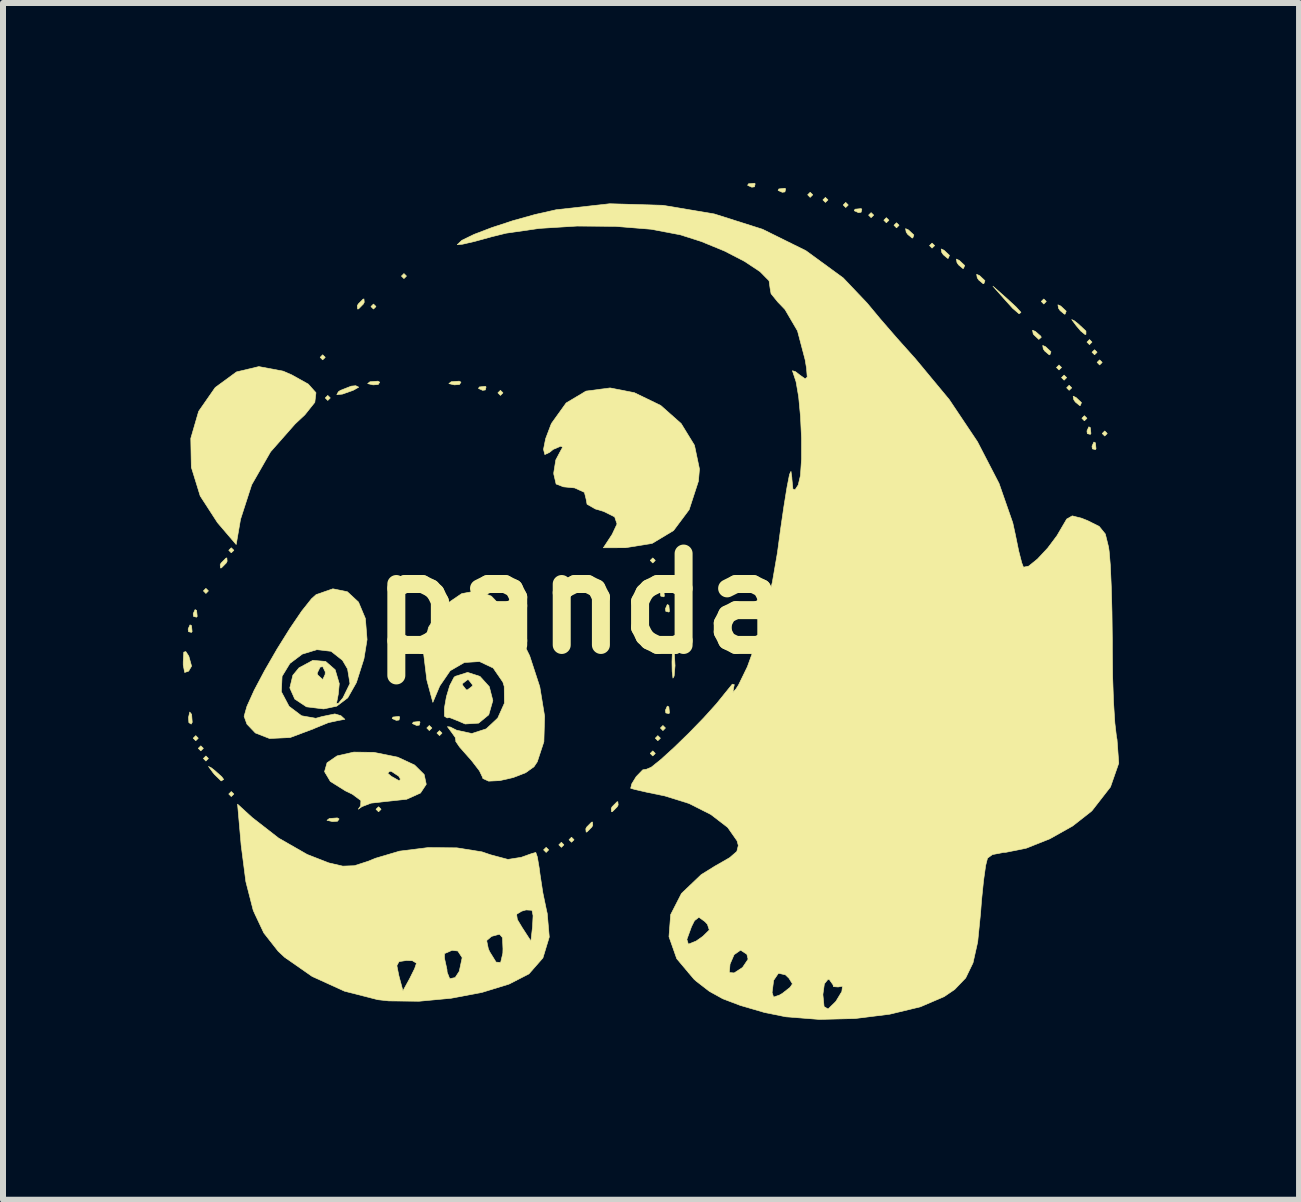
<source format=kicad_pcb>
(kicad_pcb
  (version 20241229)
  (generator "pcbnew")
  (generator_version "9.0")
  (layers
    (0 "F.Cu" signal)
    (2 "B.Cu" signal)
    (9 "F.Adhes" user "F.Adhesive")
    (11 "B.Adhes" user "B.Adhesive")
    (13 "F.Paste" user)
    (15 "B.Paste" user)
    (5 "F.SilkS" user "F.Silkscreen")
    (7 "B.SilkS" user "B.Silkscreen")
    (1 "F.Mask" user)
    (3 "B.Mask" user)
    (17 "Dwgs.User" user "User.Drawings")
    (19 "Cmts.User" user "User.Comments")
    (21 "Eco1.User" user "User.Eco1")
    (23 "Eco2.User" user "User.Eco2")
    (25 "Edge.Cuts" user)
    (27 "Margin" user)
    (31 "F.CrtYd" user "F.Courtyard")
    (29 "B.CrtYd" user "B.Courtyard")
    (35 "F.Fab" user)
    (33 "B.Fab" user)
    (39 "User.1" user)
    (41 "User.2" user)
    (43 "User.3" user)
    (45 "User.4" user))
  (footprint "panda7"
    (layer "F.Cu")
    (at 7.368 7.014)
    (property "Reference" "panda7" (at 0 0 0) (layer "F.SilkS") (effects (font (size 1.524 1.524) (thickness 0.3))))
    (attr through_hole)
    (fp_poly (pts (xy -7.112 2.244) (xy -7.154 2.286) (xy -7.197 2.244) (xy -7.154 2.201) (xy -7.112 2.244)) (stroke (width 0.01) (type solid)) (fill yes) (layer "F.SilkS"))
    (fp_poly (pts (xy -7.027 2.413) (xy -7.07 2.455) (xy -7.112 2.413) (xy -7.07 2.371) (xy -7.027 2.413)) (stroke (width 0.01) (type solid)) (fill yes) (layer "F.SilkS"))
    (fp_poly (pts (xy -6.943 -0.212) (xy -6.985 -0.169) (xy -7.027 -0.212) (xy -6.985 -0.254) (xy -6.943 -0.212)) (stroke (width 0.01) (type solid)) (fill yes) (layer "F.SilkS"))
    (fp_poly (pts (xy -6.943 2.582) (xy -6.985 2.625) (xy -7.027 2.582) (xy -6.985 2.54) (xy -6.943 2.582)) (stroke (width 0.01) (type solid)) (fill yes) (layer "F.SilkS"))
    (fp_poly (pts (xy -6.519 -0.889) (xy -6.562 -0.847) (xy -6.604 -0.889) (xy -6.562 -0.931) (xy -6.519 -0.889)) (stroke (width 0.01) (type solid)) (fill yes) (layer "F.SilkS"))
    (fp_poly (pts (xy -6.519 3.175) (xy -6.562 3.217) (xy -6.604 3.175) (xy -6.562 3.133) (xy -6.519 3.175)) (stroke (width 0.01) (type solid)) (fill yes) (layer "F.SilkS"))
    (fp_poly (pts (xy -4.995 -4.106) (xy -5.038 -4.064) (xy -5.08 -4.106) (xy -5.038 -4.149) (xy -4.995 -4.106)) (stroke (width 0.01) (type solid)) (fill yes) (layer "F.SilkS"))
    (fp_poly (pts (xy -4.911 -3.429) (xy -4.953 -3.387) (xy -4.995 -3.429) (xy -4.953 -3.471) (xy -4.911 -3.429)) (stroke (width 0.01) (type solid)) (fill yes) (layer "F.SilkS"))
    (fp_poly (pts (xy -4.149 -4.953) (xy -4.191 -4.911) (xy -4.233 -4.953) (xy -4.191 -4.995) (xy -4.149 -4.953)) (stroke (width 0.01) (type solid)) (fill yes) (layer "F.SilkS"))
    (fp_poly (pts (xy -4.064 3.429) (xy -4.106 3.471) (xy -4.149 3.429) (xy -4.106 3.387) (xy -4.064 3.429)) (stroke (width 0.01) (type solid)) (fill yes) (layer "F.SilkS"))
    (fp_poly (pts (xy -3.641 -5.461) (xy -3.683 -5.419) (xy -3.725 -5.461) (xy -3.683 -5.503) (xy -3.641 -5.461)) (stroke (width 0.01) (type solid)) (fill yes) (layer "F.SilkS"))
    (fp_poly (pts (xy -3.217 2.074) (xy -3.26 2.117) (xy -3.302 2.074) (xy -3.26 2.032) (xy -3.217 2.074)) (stroke (width 0.01) (type solid)) (fill yes) (layer "F.SilkS"))
    (fp_poly (pts (xy -3.048 2.159) (xy -3.09 2.201) (xy -3.133 2.159) (xy -3.09 2.117) (xy -3.048 2.159)) (stroke (width 0.01) (type solid)) (fill yes) (layer "F.SilkS"))
    (fp_poly (pts (xy -2.032 -3.514) (xy -2.074 -3.471) (xy -2.117 -3.514) (xy -2.074 -3.556) (xy -2.032 -3.514)) (stroke (width 0.01) (type solid)) (fill yes) (layer "F.SilkS"))
    (fp_poly (pts (xy -1.27 4.106) (xy -1.312 4.149) (xy -1.355 4.106) (xy -1.312 4.064) (xy -1.27 4.106)) (stroke (width 0.01) (type solid)) (fill yes) (layer "F.SilkS"))
    (fp_poly (pts (xy -1.016 4.022) (xy -1.058 4.064) (xy -1.101 4.022) (xy -1.058 3.979) (xy -1.016 4.022)) (stroke (width 0.01) (type solid)) (fill yes) (layer "F.SilkS"))
    (fp_poly (pts (xy -0.847 3.937) (xy -0.889 3.979) (xy -0.931 3.937) (xy -0.889 3.895) (xy -0.847 3.937)) (stroke (width 0.01) (type solid)) (fill yes) (layer "F.SilkS"))
    (fp_poly (pts (xy 0.508 -0.72) (xy 0.466 -0.677) (xy 0.423 -0.72) (xy 0.466 -0.762) (xy 0.508 -0.72)) (stroke (width 0.01) (type solid)) (fill yes) (layer "F.SilkS"))
    (fp_poly (pts (xy 0.508 2.498) (xy 0.466 2.54) (xy 0.423 2.498) (xy 0.466 2.455) (xy 0.508 2.498)) (stroke (width 0.01) (type solid)) (fill yes) (layer "F.SilkS"))
    (fp_poly (pts (xy 0.593 2.244) (xy 0.55 2.286) (xy 0.508 2.244) (xy 0.55 2.201) (xy 0.593 2.244)) (stroke (width 0.01) (type solid)) (fill yes) (layer "F.SilkS"))
    (fp_poly (pts (xy 0.677 2.074) (xy 0.635 2.117) (xy 0.593 2.074) (xy 0.635 2.032) (xy 0.677 2.074)) (stroke (width 0.01) (type solid)) (fill yes) (layer "F.SilkS"))
    (fp_poly (pts (xy 3.133 -6.816) (xy 3.09 -6.773) (xy 3.048 -6.816) (xy 3.09 -6.858) (xy 3.133 -6.816)) (stroke (width 0.01) (type solid)) (fill yes) (layer "F.SilkS"))
    (fp_poly (pts (xy 3.387 -6.731) (xy 3.344 -6.689) (xy 3.302 -6.731) (xy 3.344 -6.773) (xy 3.387 -6.731)) (stroke (width 0.01) (type solid)) (fill yes) (layer "F.SilkS"))
    (fp_poly (pts (xy 3.725 -6.646) (xy 3.683 -6.604) (xy 3.641 -6.646) (xy 3.683 -6.689) (xy 3.725 -6.646)) (stroke (width 0.01) (type solid)) (fill yes) (layer "F.SilkS"))
    (fp_poly (pts (xy 4.149 -6.477) (xy 4.106 -6.435) (xy 4.064 -6.477) (xy 4.106 -6.519) (xy 4.149 -6.477)) (stroke (width 0.01) (type solid)) (fill yes) (layer "F.SilkS"))
    (fp_poly (pts (xy 4.403 -6.392) (xy 4.36 -6.35) (xy 4.318 -6.392) (xy 4.36 -6.435) (xy 4.403 -6.392)) (stroke (width 0.01) (type solid)) (fill yes) (layer "F.SilkS"))
    (fp_poly (pts (xy 4.572 -6.308) (xy 4.53 -6.265) (xy 4.487 -6.308) (xy 4.53 -6.35) (xy 4.572 -6.308)) (stroke (width 0.01) (type solid)) (fill yes) (layer "F.SilkS"))
    (fp_poly (pts (xy 5.165 -5.969) (xy 5.122 -5.927) (xy 5.08 -5.969) (xy 5.122 -6.011) (xy 5.165 -5.969)) (stroke (width 0.01) (type solid)) (fill yes) (layer "F.SilkS"))
    (fp_poly (pts (xy 7.027 -5.038) (xy 6.985 -4.995) (xy 6.943 -5.038) (xy 6.985 -5.08) (xy 7.027 -5.038)) (stroke (width 0.01) (type solid)) (fill yes) (layer "F.SilkS"))
    (fp_poly (pts (xy 7.281 -3.937) (xy 7.239 -3.895) (xy 7.197 -3.937) (xy 7.239 -3.979) (xy 7.281 -3.937)) (stroke (width 0.01) (type solid)) (fill yes) (layer "F.SilkS"))
    (fp_poly (pts (xy 7.366 -3.768) (xy 7.324 -3.725) (xy 7.281 -3.768) (xy 7.324 -3.81) (xy 7.366 -3.768)) (stroke (width 0.01) (type solid)) (fill yes) (layer "F.SilkS"))
    (fp_poly (pts (xy 7.451 -3.598) (xy 7.408 -3.556) (xy 7.366 -3.598) (xy 7.408 -3.641) (xy 7.451 -3.598)) (stroke (width 0.01) (type solid)) (fill yes) (layer "F.SilkS"))
    (fp_poly (pts (xy 7.705 -3.09) (xy 7.662 -3.048) (xy 7.62 -3.09) (xy 7.662 -3.133) (xy 7.705 -3.09)) (stroke (width 0.01) (type solid)) (fill yes) (layer "F.SilkS"))
    (fp_poly (pts (xy 7.789 -4.36) (xy 7.747 -4.318) (xy 7.705 -4.36) (xy 7.747 -4.403) (xy 7.789 -4.36)) (stroke (width 0.01) (type solid)) (fill yes) (layer "F.SilkS"))
    (fp_poly (pts (xy 7.874 -4.191) (xy 7.832 -4.149) (xy 7.789 -4.191) (xy 7.832 -4.233) (xy 7.874 -4.191)) (stroke (width 0.01) (type solid)) (fill yes) (layer "F.SilkS"))
    (fp_poly (pts (xy 7.959 -4.022) (xy 7.916 -3.979) (xy 7.874 -4.022) (xy 7.916 -4.064) (xy 7.959 -4.022)) (stroke (width 0.01) (type solid)) (fill yes) (layer "F.SilkS"))
    (fp_poly (pts (xy 8.043 -2.836) (xy 8.001 -2.794) (xy 7.959 -2.836) (xy 8.001 -2.879) (xy 8.043 -2.836)) (stroke (width 0.01) (type solid)) (fill yes) (layer "F.SilkS"))
    (fp_poly (pts (xy -7.225 0.367) (xy -7.215 0.467) (xy -7.225 0.48) (xy -7.275 0.468) (xy -7.281 0.423) (xy -7.25 0.354) (xy -7.225 0.367)) (stroke (width 0.01) (type solid)) (fill yes) (layer "F.SilkS"))
    (fp_poly (pts (xy -7.223 1.847) (xy -7.213 1.979) (xy -7.23 2.009) (xy -7.269 1.984) (xy -7.275 1.898) (xy -7.254 1.808) (xy -7.223 1.847)) (stroke (width 0.01) (type solid)) (fill yes) (layer "F.SilkS"))
    (fp_poly (pts (xy -7.14 0.113) (xy -7.13 0.213) (xy -7.14 0.226) (xy -7.191 0.214) (xy -7.197 0.169) (xy -7.166 0.1) (xy -7.14 0.113)) (stroke (width 0.01) (type solid)) (fill yes) (layer "F.SilkS"))
    (fp_poly (pts (xy -4.764 3.59) (xy -4.79 3.628) (xy -4.875 3.634) (xy -4.966 3.613) (xy -4.927 3.583) (xy -4.794 3.573) (xy -4.764 3.59)) (stroke (width 0.01) (type solid)) (fill yes) (layer "F.SilkS"))
    (fp_poly (pts (xy -4.087 -3.692) (xy -4.112 -3.653) (xy -4.198 -3.647) (xy -4.288 -3.668) (xy -4.249 -3.699) (xy -4.117 -3.709) (xy -4.087 -3.692)) (stroke (width 0.01) (type solid)) (fill yes) (layer "F.SilkS"))
    (fp_poly (pts (xy -3.754 1.891) (xy -3.765 1.941) (xy -3.81 1.947) (xy -3.88 1.916) (xy -3.866 1.891) (xy -3.766 1.881) (xy -3.754 1.891)) (stroke (width 0.01) (type solid)) (fill yes) (layer "F.SilkS"))
    (fp_poly (pts (xy -3.415 1.976) (xy -3.427 2.026) (xy -3.471 2.032) (xy -3.541 2.001) (xy -3.528 1.976) (xy -3.427 1.965) (xy -3.415 1.976)) (stroke (width 0.01) (type solid)) (fill yes) (layer "F.SilkS"))
    (fp_poly (pts (xy -2.732 -3.692) (xy -2.758 -3.653) (xy -2.843 -3.647) (xy -2.934 -3.668) (xy -2.895 -3.699) (xy -2.762 -3.709) (xy -2.732 -3.692)) (stroke (width 0.01) (type solid)) (fill yes) (layer "F.SilkS"))
    (fp_poly (pts (xy -2.314 -3.612) (xy -2.326 -3.562) (xy -2.371 -3.556) (xy -2.44 -3.587) (xy -2.427 -3.612) (xy -2.327 -3.623) (xy -2.314 -3.612)) (stroke (width 0.01) (type solid)) (fill yes) (layer "F.SilkS"))
    (fp_poly (pts (xy 0.649 -0.226) (xy 0.659 -0.125) (xy 0.649 -0.113) (xy 0.599 -0.125) (xy 0.593 -0.169) (xy 0.624 -0.239) (xy 0.649 -0.226)) (stroke (width 0.01) (type solid)) (fill yes) (layer "F.SilkS"))
    (fp_poly (pts (xy 0.734 0.028) (xy 0.744 0.129) (xy 0.734 0.141) (xy 0.683 0.129) (xy 0.677 0.085) (xy 0.708 0.015) (xy 0.734 0.028)) (stroke (width 0.01) (type solid)) (fill yes) (layer "F.SilkS"))
    (fp_poly (pts (xy 0.734 1.722) (xy 0.744 1.822) (xy 0.734 1.834) (xy 0.683 1.823) (xy 0.677 1.778) (xy 0.708 1.708) (xy 0.734 1.722)) (stroke (width 0.01) (type solid)) (fill yes) (layer "F.SilkS"))
    (fp_poly (pts (xy 2.173 -6.999) (xy 2.161 -6.949) (xy 2.117 -6.943) (xy 2.047 -6.974) (xy 2.06 -6.999) (xy 2.161 -7.009) (xy 2.173 -6.999)) (stroke (width 0.01) (type solid)) (fill yes) (layer "F.SilkS"))
    (fp_poly (pts (xy 2.681 -6.914) (xy 2.669 -6.864) (xy 2.625 -6.858) (xy 2.555 -6.889) (xy 2.568 -6.914) (xy 2.669 -6.925) (xy 2.681 -6.914)) (stroke (width 0.01) (type solid)) (fill yes) (layer "F.SilkS"))
    (fp_poly (pts (xy 3.951 -6.576) (xy 3.939 -6.525) (xy 3.895 -6.519) (xy 3.825 -6.55) (xy 3.838 -6.576) (xy 3.939 -6.586) (xy 3.951 -6.576)) (stroke (width 0.01) (type solid)) (fill yes) (layer "F.SilkS"))
    (fp_poly (pts (xy 7.761 -2.935) (xy 7.771 -2.835) (xy 7.761 -2.822) (xy 7.711 -2.834) (xy 7.705 -2.879) (xy 7.736 -2.948) (xy 7.761 -2.935)) (stroke (width 0.01) (type solid)) (fill yes) (layer "F.SilkS"))
    (fp_poly (pts (xy 7.846 -2.681) (xy 7.856 -2.581) (xy 7.846 -2.568) (xy 7.795 -2.58) (xy 7.789 -2.625) (xy 7.82 -2.694) (xy 7.846 -2.681)) (stroke (width 0.01) (type solid)) (fill yes) (layer "F.SilkS"))
    (fp_poly (pts (xy 4.728 -6.231) (xy 4.819 -6.146) (xy 4.801 -6.097) (xy 4.789 -6.096) (xy 4.717 -6.156) (xy 4.691 -6.194) (xy 4.681 -6.252) (xy 4.728 -6.231)) (stroke (width 0.01) (type solid)) (fill yes) (layer "F.SilkS"))
    (fp_poly (pts (xy 5.321 -5.892) (xy 5.412 -5.807) (xy 5.393 -5.758) (xy 5.381 -5.757) (xy 5.31 -5.817) (xy 5.284 -5.855) (xy 5.274 -5.913) (xy 5.321 -5.892)) (stroke (width 0.01) (type solid)) (fill yes) (layer "F.SilkS"))
    (fp_poly (pts (xy 5.575 -5.723) (xy 5.666 -5.638) (xy 5.647 -5.589) (xy 5.635 -5.588) (xy 5.564 -5.648) (xy 5.538 -5.686) (xy 5.528 -5.744) (xy 5.575 -5.723)) (stroke (width 0.01) (type solid)) (fill yes) (layer "F.SilkS"))
    (fp_poly (pts (xy 5.914 -5.469) (xy 6.004 -5.384) (xy 5.986 -5.335) (xy 5.974 -5.334) (xy 5.902 -5.394) (xy 5.876 -5.432) (xy 5.866 -5.49) (xy 5.914 -5.469)) (stroke (width 0.01) (type solid)) (fill yes) (layer "F.SilkS"))
    (fp_poly (pts (xy 6.845 -4.538) (xy 6.935 -4.459) (xy 6.943 -4.44) (xy 6.902 -4.405) (xy 6.819 -4.483) (xy 6.808 -4.5) (xy 6.798 -4.558) (xy 6.845 -4.538)) (stroke (width 0.01) (type solid)) (fill yes) (layer "F.SilkS"))
    (fp_poly (pts (xy 7.014 -4.284) (xy 7.105 -4.199) (xy 7.087 -4.149) (xy 7.075 -4.149) (xy 7.003 -4.209) (xy 6.977 -4.246) (xy 6.967 -4.304) (xy 7.014 -4.284)) (stroke (width 0.01) (type solid)) (fill yes) (layer "F.SilkS"))
    (fp_poly (pts (xy 7.268 -4.961) (xy 7.359 -4.876) (xy 7.34 -4.827) (xy 7.329 -4.826) (xy 7.257 -4.886) (xy 7.231 -4.924) (xy 7.221 -4.982) (xy 7.268 -4.961)) (stroke (width 0.01) (type solid)) (fill yes) (layer "F.SilkS"))
    (fp_poly (pts (xy 7.522 -3.437) (xy 7.613 -3.352) (xy 7.595 -3.303) (xy 7.583 -3.302) (xy 7.511 -3.362) (xy 7.485 -3.4) (xy 7.475 -3.458) (xy 7.522 -3.437)) (stroke (width 0.01) (type solid)) (fill yes) (layer "F.SilkS"))
    (fp_poly (pts (xy -7.27 0.876) (xy -7.224 1.042) (xy -7.273 1.126) (xy -7.339 1.148) (xy -7.363 1.024) (xy -7.363 0.969) (xy -7.354 0.809) (xy -7.32 0.8) (xy -7.27 0.876)) (stroke (width 0.01) (type solid)) (fill yes) (layer "F.SilkS"))
    (fp_poly (pts (xy -6.898 2.736) (xy -6.837 2.783) (xy -6.72 2.888) (xy -6.689 2.931) (xy -6.73 2.957) (xy -6.842 2.848) (xy -6.869 2.815) (xy -6.942 2.715) (xy -6.898 2.736)) (stroke (width 0.01) (type solid)) (fill yes) (layer "F.SilkS"))
    (fp_poly (pts (xy -6.631 -0.707) (xy -6.646 -0.677) (xy -6.726 -0.596) (xy -6.741 -0.593) (xy -6.747 -0.647) (xy -6.731 -0.677) (xy -6.651 -0.758) (xy -6.636 -0.762) (xy -6.631 -0.707)) (stroke (width 0.01) (type solid)) (fill yes) (layer "F.SilkS"))
    (fp_poly (pts (xy -4.437 -3.609) (xy -4.53 -3.556) (xy -4.709 -3.493) (xy -4.802 -3.484) (xy -4.776 -3.532) (xy -4.741 -3.556) (xy -4.561 -3.626) (xy -4.487 -3.633) (xy -4.437 -3.609)) (stroke (width 0.01) (type solid)) (fill yes) (layer "F.SilkS"))
    (fp_poly (pts (xy -4.345 -5.025) (xy -4.36 -4.995) (xy -4.44 -4.914) (xy -4.455 -4.911) (xy -4.461 -4.965) (xy -4.445 -4.995) (xy -4.365 -5.076) (xy -4.35 -5.08) (xy -4.345 -5.025)) (stroke (width 0.01) (type solid)) (fill yes) (layer "F.SilkS"))
    (fp_poly (pts (xy -0.535 3.695) (xy -0.55 3.725) (xy -0.63 3.806) (xy -0.645 3.81) (xy -0.651 3.755) (xy -0.635 3.725) (xy -0.555 3.644) (xy -0.54 3.641) (xy -0.535 3.695)) (stroke (width 0.01) (type solid)) (fill yes) (layer "F.SilkS"))
    (fp_poly (pts (xy -0.111 3.357) (xy -0.127 3.387) (xy -0.207 3.468) (xy -0.222 3.471) (xy -0.227 3.417) (xy -0.212 3.387) (xy -0.132 3.306) (xy -0.117 3.302) (xy -0.111 3.357)) (stroke (width 0.01) (type solid)) (fill yes) (layer "F.SilkS"))
    (fp_poly (pts (xy 0.823 0.784) (xy 0.837 1.035) (xy 0.822 1.208) (xy 0.802 1.242) (xy 0.789 1.131) (xy 0.786 0.974) (xy 0.793 0.782) (xy 0.808 0.725) (xy 0.823 0.784)) (stroke (width 0.01) (type solid)) (fill yes) (layer "F.SilkS"))
    (fp_poly (pts (xy 6.371 -5.086) (xy 6.523 -4.946) (xy 6.601 -4.86) (xy 6.604 -4.854) (xy 6.573 -4.832) (xy 6.468 -4.922) (xy 6.344 -5.059) (xy 6.138 -5.292) (xy 6.371 -5.086)) (stroke (width 0.01) (type solid)) (fill yes) (layer "F.SilkS"))
    (fp_poly (pts (xy 7.495 -4.715) (xy 7.556 -4.667) (xy 7.688 -4.544) (xy 7.688 -4.489) (xy 7.673 -4.487) (xy 7.602 -4.545) (xy 7.525 -4.636) (xy 7.451 -4.736) (xy 7.495 -4.715)) (stroke (width 0.01) (type solid)) (fill yes) (layer "F.SilkS"))
    (fp_poly (pts (xy -5.697 -3.876) (xy -5.556 -3.815) (xy -5.278 -3.66) (xy -5.15 -3.516) (xy -5.169 -3.356) (xy -5.334 -3.149) (xy -5.499 -2.994) (xy -5.907 -2.531) (xy -6.222 -1.981) (xy -6.408 -1.405) (xy -6.416 -1.357) (xy -6.48 -0.985) (xy -6.792 -1.35) (xy -7.08 -1.795) (xy -7.228 -2.274) (xy -7.237 -2.755) (xy -7.106 -3.206) (xy -6.834 -3.597) (xy -6.823 -3.608) (xy -6.475 -3.863) (xy -6.102 -3.952) (xy -5.697 -3.876)) (stroke (width 0.01) (type solid)) (fill yes) (layer "F.SilkS"))
    (fp_poly (pts (xy -2.415 1.214) (xy -2.26 1.385) (xy -2.201 1.616) (xy -2.269 1.854) (xy -2.438 1.993) (xy -2.662 2.007) (xy -2.79 1.952) (xy -2.922 1.9) (xy -2.965 1.906) (xy -3.008 1.877) (xy -3.008 1.741) (xy -2.975 1.553) (xy -2.919 1.366) (xy -2.913 1.355) (xy -2.709 1.355) (xy -2.645 1.437) (xy -2.625 1.439) (xy -2.542 1.375) (xy -2.54 1.355) (xy -2.604 1.272) (xy -2.625 1.27) (xy -2.707 1.334) (xy -2.709 1.355) (xy -2.913 1.355) (xy -2.851 1.234) (xy -2.83 1.213) (xy -2.621 1.147) (xy -2.415 1.214)) (stroke (width 0.01) (type solid)) (fill yes) (layer "F.SilkS"))
    (fp_poly (pts (xy -4.185 2.48) (xy -3.788 2.56) (xy -3.506 2.691) (xy -3.346 2.849) (xy -3.311 3.013) (xy -3.407 3.158) (xy -3.638 3.262) (xy -4.009 3.302) (xy -4.01 3.302) (xy -4.233 3.327) (xy -4.385 3.386) (xy -4.386 3.387) (xy -4.445 3.428) (xy -4.405 3.372) (xy -4.401 3.283) (xy -4.543 3.178) (xy -4.659 3.122) (xy -4.91 2.965) (xy -4.991 2.828) (xy -3.954 2.828) (xy -3.895 2.879) (xy -3.76 2.955) (xy -3.742 2.926) (xy -3.768 2.879) (xy -3.891 2.798) (xy -3.921 2.795) (xy -3.954 2.828) (xy -4.991 2.828) (xy -5.007 2.802) (xy -4.965 2.654) (xy -4.798 2.539) (xy -4.52 2.476) (xy -4.185 2.48)) (stroke (width 0.01) (type solid)) (fill yes) (layer "F.SilkS"))
    (fp_poly (pts (xy 0.158 -3.517) (xy 0.598 -3.304) (xy 0.939 -3.002) (xy 1.161 -2.64) (xy 1.244 -2.244) (xy 1.227 -2.042) (xy 1.072 -1.566) (xy 0.812 -1.218) (xy 0.455 -1.004) (xy 0.011 -0.932) (xy -0.358 -0.931) (xy -0.212 -1.154) (xy -0.13 -1.328) (xy -0.17 -1.446) (xy -0.353 -1.537) (xy -0.492 -1.578) (xy -0.63 -1.657) (xy -0.645 -1.739) (xy -0.674 -1.855) (xy -0.837 -1.929) (xy -1.023 -1.947) (xy -1.146 -1.994) (xy -1.185 -2.16) (xy -1.185 -2.184) (xy -1.151 -2.396) (xy -1.084 -2.523) (xy -1.037 -2.608) (xy -1.067 -2.625) (xy -1.195 -2.571) (xy -1.253 -2.523) (xy -1.334 -2.485) (xy -1.356 -2.572) (xy -1.321 -2.749) (xy -1.232 -2.984) (xy -1.22 -3.009) (xy -0.979 -3.345) (xy -0.648 -3.543) (xy -0.246 -3.596) (xy 0.158 -3.517)) (stroke (width 0.01) (type solid)) (fill yes) (layer "F.SilkS"))
    (fp_poly (pts (xy -2.225 -0.124) (xy -1.995 0.117) (xy -1.841 0.354) (xy -1.587 0.87) (xy -1.418 1.387) (xy -1.338 1.876) (xy -1.35 2.303) (xy -1.46 2.638) (xy -1.515 2.72) (xy -1.653 2.819) (xy -1.861 2.9) (xy -2.085 2.951) (xy -2.271 2.96) (xy -2.367 2.916) (xy -2.371 2.899) (xy -2.424 2.788) (xy -2.558 2.614) (xy -2.616 2.549) (xy -2.756 2.39) (xy -2.82 2.296) (xy -2.818 2.286) (xy -2.827 2.232) (xy -2.889 2.145) (xy -2.958 2.052) (xy -2.911 2.057) (xy -2.807 2.11) (xy -2.551 2.166) (xy -2.311 2.088) (xy -2.119 1.908) (xy -2.008 1.661) (xy -2.011 1.381) (xy -2.034 1.308) (xy -2.195 1.074) (xy -2.423 0.966) (xy -2.676 0.982) (xy -2.912 1.119) (xy -3.086 1.373) (xy -3.201 1.646) (xy -3.301 1.275) (xy -3.358 0.808) (xy -3.275 0.398) (xy -3.062 0.066) (xy -2.727 -0.162) (xy -2.713 -0.168) (xy -2.458 -0.215) (xy -2.225 -0.124)) (stroke (width 0.01) (type solid)) (fill yes) (layer "F.SilkS"))
    (fp_poly (pts (xy -4.627 -0.198) (xy -4.441 -0.026) (xy -4.326 0.248) (xy -4.298 0.6) (xy -4.35 0.92) (xy -4.476 1.317) (xy -4.62 1.571) (xy -4.804 1.71) (xy -5.021 1.756) (xy -5.308 1.721) (xy -5.503 1.592) (xy -5.586 1.405) (xy -5.535 1.194) (xy -5.507 1.161) (xy -5.13 1.161) (xy -5.119 1.191) (xy -5.037 1.266) (xy -4.997 1.181) (xy -4.995 1.138) (xy -5.037 1.051) (xy -5.081 1.059) (xy -5.13 1.161) (xy -5.507 1.161) (xy -5.433 1.071) (xy -5.202 0.946) (xy -4.989 0.964) (xy -4.83 1.102) (xy -4.761 1.335) (xy -4.778 1.511) (xy -4.807 1.662) (xy -4.777 1.664) (xy -4.7 1.571) (xy -4.583 1.332) (xy -4.623 1.089) (xy -4.707 0.946) (xy -4.898 0.795) (xy -5.135 0.768) (xy -5.378 0.842) (xy -5.585 0.998) (xy -5.715 1.212) (xy -5.727 1.465) (xy -5.725 1.473) (xy -5.598 1.713) (xy -5.39 1.87) (xy -5.153 1.912) (xy -5.048 1.883) (xy -4.835 1.839) (xy -4.734 1.869) (xy -4.668 1.929) (xy -4.761 1.946) (xy -4.767 1.946) (xy -4.944 1.985) (xy -5.169 2.077) (xy -5.188 2.086) (xy -5.58 2.233) (xy -5.924 2.249) (xy -6.16 2.157) (xy -6.301 2.009) (xy -6.348 1.879) (xy -6.301 1.713) (xy -6.18 1.445) (xy -6.005 1.115) (xy -5.8 0.76) (xy -5.586 0.417) (xy -5.387 0.124) (xy -5.224 -0.081) (xy -5.147 -0.15) (xy -4.868 -0.247) (xy -4.627 -0.198)) (stroke (width 0.01) (type solid)) (fill yes) (layer "F.SilkS"))
    (fp_poly (pts (xy -6.213 3.567) (xy -5.772 3.91) (xy -5.295 4.183) (xy -4.936 4.323) (xy -4.703 4.377) (xy -4.51 4.37) (xy -4.277 4.295) (xy -4.158 4.246) (xy -3.756 4.127) (xy -3.282 4.068) (xy -2.801 4.072) (xy -2.382 4.139) (xy -2.238 4.188) (xy -1.949 4.265) (xy -1.727 4.23) (xy -1.56 4.17) (xy -1.485 4.149) (xy -1.459 4.224) (xy -1.427 4.413) (xy -1.415 4.508) (xy -1.367 4.822) (xy -1.304 5.124) (xy -1.294 5.165) (xy -1.26 5.559) (xy -1.366 5.908) (xy -1.599 6.174) (xy -1.601 6.175) (xy -1.931 6.344) (xy -2.38 6.482) (xy -2.897 6.58) (xy -3.432 6.63) (xy -3.937 6.624) (xy -4.118 6.604) (xy -4.674 6.462) (xy -5.214 6.216) (xy -5.472 6.036) (xy -3.801 6.036) (xy -3.768 6.202) (xy -3.754 6.255) (xy -3.7 6.456) (xy -3.589 6.255) (xy -3.505 6.086) (xy -3.474 5.995) (xy -3.542 5.954) (xy -3.641 5.95) (xy -3.765 5.969) (xy -3.801 6.036) (xy -5.472 6.036) (xy -5.654 5.909) (xy -3.008 5.909) (xy -2.966 6.1) (xy -2.963 6.145) (xy -2.92 6.254) (xy -2.829 6.235) (xy -2.761 6.131) (xy -2.712 5.903) (xy -2.785 5.792) (xy -2.881 5.781) (xy -3.006 5.835) (xy -3.008 5.909) (xy -5.654 5.909) (xy -5.671 5.898) (xy -5.78 5.796) (xy -5.92 5.618) (xy -2.304 5.618) (xy -2.276 5.754) (xy -2.254 5.804) (xy -2.147 5.977) (xy -2.071 5.984) (xy -2.034 5.828) (xy -2.032 5.757) (xy -2.04 5.569) (xy -2.089 5.512) (xy -2.214 5.546) (xy -2.226 5.551) (xy -2.304 5.618) (xy -5.92 5.618) (xy -6.02 5.49) (xy -6.166 5.18) (xy -1.805 5.18) (xy -1.792 5.268) (xy -1.711 5.403) (xy -1.566 5.626) (xy -1.539 5.387) (xy -1.53 5.203) (xy -1.548 5.113) (xy -1.647 5.107) (xy -1.72 5.128) (xy -1.805 5.18) (xy -6.166 5.18) (xy -6.196 5.114) (xy -6.319 4.635) (xy -6.398 4.022) (xy -6.4 3.995) (xy -6.457 3.344) (xy -6.213 3.567)) (stroke (width 0.01) (type solid)) (fill yes) (layer "F.SilkS"))
    (fp_poly (pts (xy 0.634 -6.641) (xy 1.491 -6.497) (xy 2.295 -6.242) (xy 3.019 -5.884) (xy 3.641 -5.43) (xy 4.04 -5.01) (xy 4.258 -4.748) (xy 4.535 -4.428) (xy 4.814 -4.116) (xy 4.838 -4.09) (xy 5.408 -3.403) (xy 5.88 -2.698) (xy 6.239 -2.004) (xy 6.468 -1.347) (xy 6.511 -1.15) (xy 6.567 -0.877) (xy 6.618 -0.679) (xy 6.646 -0.607) (xy 6.733 -0.625) (xy 6.88 -0.744) (xy 7.05 -0.926) (xy 7.205 -1.133) (xy 7.268 -1.241) (xy 7.367 -1.41) (xy 7.46 -1.463) (xy 7.617 -1.423) (xy 7.715 -1.384) (xy 7.909 -1.287) (xy 8.011 -1.161) (xy 8.065 -0.943) (xy 8.075 -0.872) (xy 8.094 -0.646) (xy 8.11 -0.293) (xy 8.122 0.143) (xy 8.128 0.617) (xy 8.128 0.753) (xy 8.133 1.218) (xy 8.148 1.643) (xy 8.17 1.99) (xy 8.197 2.22) (xy 8.206 2.264) (xy 8.235 2.661) (xy 8.097 3.057) (xy 7.793 3.448) (xy 7.775 3.466) (xy 7.466 3.708) (xy 7.085 3.922) (xy 6.693 4.078) (xy 6.352 4.147) (xy 6.309 4.149) (xy 6.128 4.185) (xy 6.047 4.244) (xy 6.016 4.366) (xy 5.981 4.615) (xy 5.947 4.948) (xy 5.931 5.16) (xy 5.883 5.641) (xy 5.805 5.99) (xy 5.683 6.242) (xy 5.499 6.434) (xy 5.324 6.553) (xy 4.927 6.723) (xy 4.416 6.846) (xy 3.839 6.918) (xy 3.245 6.933) (xy 2.684 6.889) (xy 2.328 6.817) (xy 1.924 6.699) (xy 1.634 6.589) (xy 1.446 6.485) (xy 2.455 6.485) (xy 2.48 6.561) (xy 2.583 6.525) (xy 2.592 6.519) (xy 3.302 6.519) (xy 3.322 6.72) (xy 3.389 6.759) (xy 3.51 6.641) (xy 3.523 6.625) (xy 3.618 6.468) (xy 3.629 6.379) (xy 3.556 6.392) (xy 3.478 6.386) (xy 3.471 6.355) (xy 3.41 6.269) (xy 3.387 6.265) (xy 3.327 6.339) (xy 3.302 6.516) (xy 3.302 6.519) (xy 2.592 6.519) (xy 2.625 6.5) (xy 2.756 6.397) (xy 2.794 6.34) (xy 2.737 6.247) (xy 2.677 6.189) (xy 2.561 6.163) (xy 2.481 6.281) (xy 2.455 6.485) (xy 1.446 6.485) (xy 1.407 6.463) (xy 1.191 6.296) (xy 1.154 6.263) (xy 1.059 6.151) (xy 1.742 6.151) (xy 1.822 6.158) (xy 1.962 6.067) (xy 2.055 5.929) (xy 2.035 5.847) (xy 1.93 5.778) (xy 1.822 5.853) (xy 1.754 6.01) (xy 1.742 6.151) (xy 1.059 6.151) (xy 0.865 5.92) (xy 0.752 5.599) (xy 1.034 5.599) (xy 1.059 5.678) (xy 1.189 5.626) (xy 1.301 5.547) (xy 1.408 5.442) (xy 1.377 5.347) (xy 1.334 5.301) (xy 1.234 5.229) (xy 1.161 5.287) (xy 1.112 5.385) (xy 1.034 5.599) (xy 0.752 5.599) (xy 0.736 5.554) (xy 0.764 5.185) (xy 0.944 4.833) (xy 1.273 4.519) (xy 1.5 4.378) (xy 1.746 4.237) (xy 1.867 4.133) (xy 1.892 4.033) (xy 1.871 3.955) (xy 1.715 3.732) (xy 1.434 3.516) (xy 1.069 3.332) (xy 0.665 3.206) (xy 0.635 3.2) (xy 0.363 3.144) (xy 0.167 3.099) (xy 0.097 3.079) (xy 0.116 3.004) (xy 0.189 2.885) (xy 0.298 2.772) (xy 0.362 2.761) (xy 0.44 2.728) (xy 0.602 2.598) (xy 0.821 2.399) (xy 1.067 2.16) (xy 1.313 1.907) (xy 1.528 1.669) (xy 1.679 1.482) (xy 1.792 1.343) (xy 1.825 1.351) (xy 1.815 1.397) (xy 1.801 1.482) (xy 1.854 1.421) (xy 1.896 1.355) (xy 2.043 1.053) (xy 2.195 0.633) (xy 2.339 0.145) (xy 2.46 -0.361) (xy 2.542 -0.836) (xy 2.544 -0.847) (xy 2.596 -1.236) (xy 2.651 -1.613) (xy 2.698 -1.906) (xy 2.705 -1.947) (xy 2.746 -2.155) (xy 2.77 -2.205) (xy 2.784 -2.107) (xy 2.786 -2.074) (xy 2.802 -1.911) (xy 2.838 -1.898) (xy 2.891 -1.979) (xy 2.928 -2.136) (xy 2.946 -2.411) (xy 2.946 -2.755) (xy 2.929 -3.117) (xy 2.898 -3.448) (xy 2.855 -3.698) (xy 2.832 -3.768) (xy 2.794 -3.883) (xy 2.846 -3.867) (xy 2.916 -3.812) (xy 3.007 -3.748) (xy 3.041 -3.777) (xy 3.029 -3.927) (xy 3.006 -4.066) (xy 2.879 -4.547) (xy 2.67 -4.904) (xy 2.551 -5.028) (xy 2.438 -5.167) (xy 2.421 -5.263) (xy 2.405 -5.382) (xy 2.254 -5.535) (xy 1.996 -5.706) (xy 1.661 -5.879) (xy 1.274 -6.038) (xy 0.926 -6.149) (xy 0.437 -6.242) (xy -0.157 -6.29) (xy -0.797 -6.295) (xy -1.424 -6.256) (xy -1.98 -6.176) (xy -2.223 -6.116) (xy -2.503 -6.039) (xy -2.707 -5.992) (xy -2.793 -5.984) (xy -2.794 -5.985) (xy -2.718 -6.057) (xy -2.514 -6.156) (xy -2.218 -6.269) (xy -1.868 -6.384) (xy -1.499 -6.487) (xy -1.149 -6.566) (xy -1.143 -6.567) (xy -0.252 -6.667) (xy 0.634 -6.641)) (stroke (width 0.01) (type solid)) (fill yes) (layer "F.SilkS")))
  (gr_rect
    (start -3 -3)
    (end 18.609 16.953)
    (stroke (width 0.1) (type default))
    (fill no)
    (layer "Edge.Cuts")))
</source>
